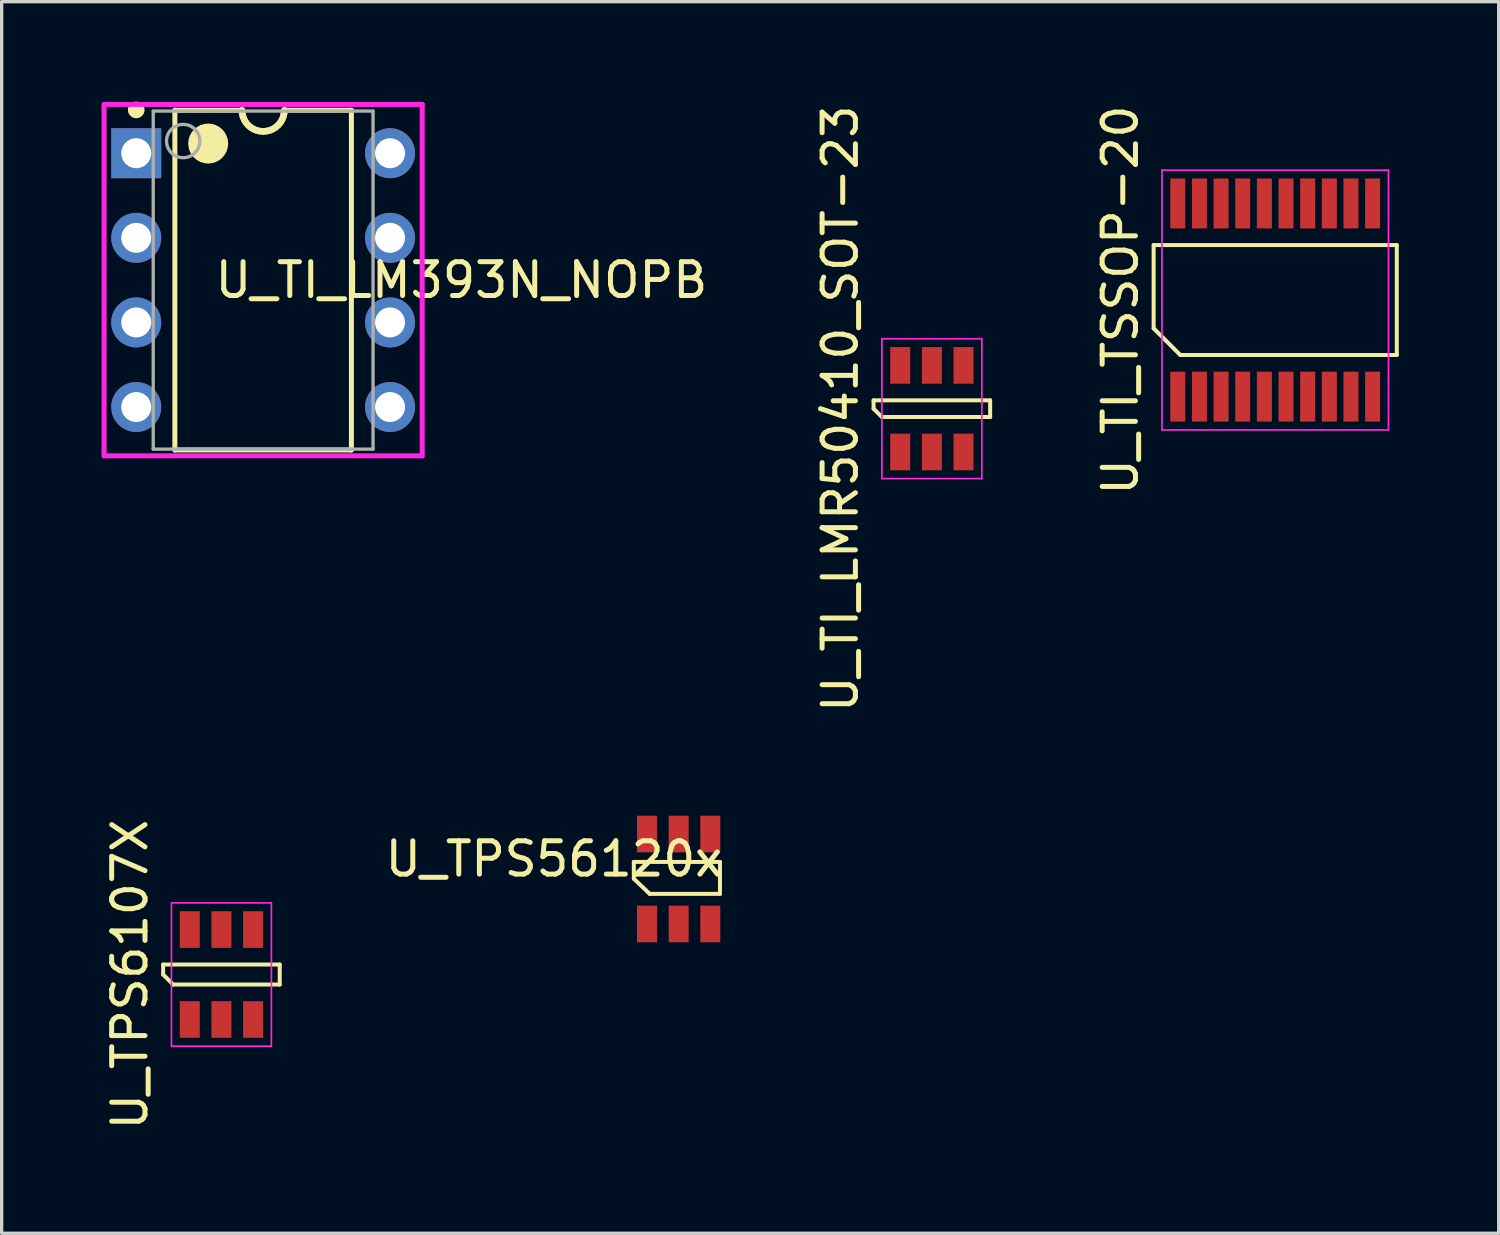
<source format=kicad_pcb>
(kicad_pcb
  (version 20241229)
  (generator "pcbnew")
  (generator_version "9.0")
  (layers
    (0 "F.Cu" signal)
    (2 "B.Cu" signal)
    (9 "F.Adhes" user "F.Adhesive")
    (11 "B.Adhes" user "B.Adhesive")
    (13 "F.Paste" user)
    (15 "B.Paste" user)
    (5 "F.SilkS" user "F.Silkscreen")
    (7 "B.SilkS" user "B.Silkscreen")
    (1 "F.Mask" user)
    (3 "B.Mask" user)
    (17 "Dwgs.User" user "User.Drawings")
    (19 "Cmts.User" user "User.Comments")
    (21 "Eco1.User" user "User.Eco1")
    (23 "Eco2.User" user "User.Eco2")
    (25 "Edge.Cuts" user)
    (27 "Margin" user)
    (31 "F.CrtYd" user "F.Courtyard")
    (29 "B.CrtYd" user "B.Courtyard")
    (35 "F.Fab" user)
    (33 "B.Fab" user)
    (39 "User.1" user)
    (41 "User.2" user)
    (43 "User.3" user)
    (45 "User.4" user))
  (footprint "U_TI_LM393N_NOPB"
    (layer "F.Cu")
    (at 4.85 5.36)
    (property "Reference" "U_TI_LM393N_NOPB" (at -1.524 0 0) (layer "F.SilkS") (effects (font (size 1.016 1.016) (thickness 0.15)) (justify left)))
    (attr through_hole)
    (fp_line (start -2.65 -5.1) (end -0.635 -5.1) (stroke (width 0.15) (type solid)) (layer "F.SilkS"))
    (fp_line (start -2.65 5.1) (end -2.65 -5.1) (stroke (width 0.15) (type solid)) (layer "F.SilkS"))
    (fp_line (start -2.65 5.1) (end 2.65 5.1) (stroke (width 0.15) (type solid)) (layer "F.SilkS"))
    (fp_line (start -0.635 -5.1) (end -0.627 -5.001) (stroke (width 0.2) (type solid)) (layer "F.SilkS"))
    (fp_line (start -0.627 -5.001) (end -0.604 -4.904) (stroke (width 0.2) (type solid)) (layer "F.SilkS"))
    (fp_line (start -0.604 -4.904) (end -0.566 -4.812) (stroke (width 0.2) (type solid)) (layer "F.SilkS"))
    (fp_line (start -0.566 -4.812) (end -0.514 -4.727) (stroke (width 0.2) (type solid)) (layer "F.SilkS"))
    (fp_line (start -0.514 -4.727) (end -0.449 -4.651) (stroke (width 0.2) (type solid)) (layer "F.SilkS"))
    (fp_line (start -0.449 -4.651) (end -0.373 -4.586) (stroke (width 0.2) (type solid)) (layer "F.SilkS"))
    (fp_line (start -0.373 -4.586) (end -0.288 -4.534) (stroke (width 0.2) (type solid)) (layer "F.SilkS"))
    (fp_line (start -0.288 -4.534) (end -0.196 -4.496) (stroke (width 0.2) (type solid)) (layer "F.SilkS"))
    (fp_line (start -0.196 -4.496) (end -0.099 -4.473) (stroke (width 0.2) (type solid)) (layer "F.SilkS"))
    (fp_line (start -0.099 -4.473) (end 0 -4.465) (stroke (width 0.2) (type solid)) (layer "F.SilkS"))
    (fp_line (start 0 -4.465) (end 0.099 -4.473) (stroke (width 0.2) (type solid)) (layer "F.SilkS"))
    (fp_line (start 0.099 -4.473) (end 0.196 -4.496) (stroke (width 0.2) (type solid)) (layer "F.SilkS"))
    (fp_line (start 0.196 -4.496) (end 0.288 -4.534) (stroke (width 0.2) (type solid)) (layer "F.SilkS"))
    (fp_line (start 0.288 -4.534) (end 0.373 -4.586) (stroke (width 0.2) (type solid)) (layer "F.SilkS"))
    (fp_line (start 0.373 -4.586) (end 0.449 -4.651) (stroke (width 0.2) (type solid)) (layer "F.SilkS"))
    (fp_line (start 0.449 -4.651) (end 0.514 -4.727) (stroke (width 0.2) (type solid)) (layer "F.SilkS"))
    (fp_line (start 0.514 -4.727) (end 0.566 -4.812) (stroke (width 0.2) (type solid)) (layer "F.SilkS"))
    (fp_line (start 0.566 -4.812) (end 0.604 -4.904) (stroke (width 0.2) (type solid)) (layer "F.SilkS"))
    (fp_line (start 0.604 -4.904) (end 0.627 -5.001) (stroke (width 0.2) (type solid)) (layer "F.SilkS"))
    (fp_line (start 0.627 -5.001) (end 0.635 -5.1) (stroke (width 0.2) (type solid)) (layer "F.SilkS"))
    (fp_line (start 0.635 -5.1) (end 2.65 -5.1) (stroke (width 0.15) (type solid)) (layer "F.SilkS"))
    (fp_line (start 2.65 5.1) (end 2.65 -5.1) (stroke (width 0.15) (type solid)) (layer "F.SilkS"))
    (fp_circle (center -3.81 -5.11) (end -3.685 -5.11) (stroke (width 0.25) (type solid)) (fill no) (layer "F.SilkS"))
    (fp_circle (center -1.65 -4.1) (end -1.35 -4.1) (stroke (width 0.6) (type solid)) (fill no) (layer "F.SilkS"))
    (fp_line (start -4.775 -5.275) (end -4.775 5.275) (stroke (width 0.15) (type solid)) (layer "F.CrtYd"))
    (fp_line (start -4.775 5.275) (end 4.775 5.275) (stroke (width 0.15) (type solid)) (layer "F.CrtYd"))
    (fp_line (start 4.775 -5.275) (end -4.775 -5.275) (stroke (width 0.15) (type solid)) (layer "F.CrtYd"))
    (fp_line (start 4.775 -5.275) (end 4.775 -5.275) (stroke (width 0.15) (type solid)) (layer "F.CrtYd"))
    (fp_line (start 4.775 5.275) (end 4.775 -5.275) (stroke (width 0.15) (type solid)) (layer "F.CrtYd"))
    (fp_line (start -3.3 -5.075) (end 3.3 -5.075) (stroke (width 0.1) (type solid)) (layer "F.Fab"))
    (fp_line (start -3.3 5.075) (end -3.3 -5.075) (stroke (width 0.1) (type solid)) (layer "F.Fab"))
    (fp_line (start -3.3 5.075) (end 3.3 5.075) (stroke (width 0.1) (type solid)) (layer "F.Fab"))
    (fp_line (start 3.3 5.075) (end 3.3 -5.075) (stroke (width 0.1) (type solid)) (layer "F.Fab"))
    (fp_circle (center -2.4 -4.175) (end -1.9 -4.175) (stroke (width 0.1) (type solid)) (fill no) (layer "F.Fab"))
    (pad "1" thru_hole rect (at -3.81 -3.81) (size 1.5 1.5) (drill 0.9) (layers "*.Cu"))
    (pad "2" thru_hole circle (at -3.81 -1.27) (size 1.5 1.5) (drill 0.9) (layers "*.Cu"))
    (pad "3" thru_hole circle (at -3.81 1.27) (size 1.5 1.5) (drill 0.9) (layers "*.Cu"))
    (pad "4" thru_hole circle (at -3.81 3.81) (size 1.5 1.5) (drill 0.9) (layers "*.Cu"))
    (pad "5" thru_hole circle (at 3.81 3.81) (size 1.5 1.5) (drill 0.9) (layers "*.Cu"))
    (pad "6" thru_hole circle (at 3.81 1.27) (size 1.5 1.5) (drill 0.9) (layers "*.Cu"))
    (pad "7" thru_hole circle (at 3.81 -1.27) (size 1.5 1.5) (drill 0.9) (layers "*.Cu"))
    (pad "8" thru_hole circle (at 3.81 -3.81) (size 1.5 1.5) (drill 0.9) (layers "*.Cu")))
  (footprint "U_TPS56120x"
    (layer "F.Cu")
    (at 17.325 23.34)
    (property "Reference" "U_TPS56120x" (at -3.744 -0.602 0) (layer "F.SilkS") (effects (font (size 1 1) (thickness 0.15))))
    (attr through_hole)
    (fp_line (start -1.346 -0.513) (end 1.24 -0.513) (stroke (width 0.12) (type solid)) (layer "F.SilkS"))
    (fp_line (start -1.346 -0.008) (end -1.346 -0.513) (stroke (width 0.12) (type solid)) (layer "F.SilkS"))
    (fp_line (start -0.869 0.446) (end -1.346 -0.008) (stroke (width 0.12) (type solid)) (layer "F.SilkS"))
    (fp_line (start 1.24 -0.513) (end 1.24 0.447) (stroke (width 0.12) (type solid)) (layer "F.SilkS"))
    (fp_line (start 1.24 0.447) (end -0.869 0.446) (stroke (width 0.12) (type solid)) (layer "F.SilkS"))
    (pad "1" smd rect (at -0.95 1.35) (size 0.6 1.1) (layers "F.Cu" "F.Mask" "F.Paste"))
    (pad "2" smd rect (at 0 1.35) (size 0.6 1.1) (layers "F.Cu" "F.Mask" "F.Paste"))
    (pad "3" smd rect (at 0.95 1.35) (size 0.6 1.1) (layers "F.Cu" "F.Mask" "F.Paste"))
    (pad "4" smd rect (at 0.95 -1.35) (size 0.6 1.1) (layers "F.Cu" "F.Mask" "F.Paste"))
    (pad "5" smd rect (at 0 -1.35) (size 0.6 1.1) (layers "F.Cu" "F.Mask" "F.Paste"))
    (pad "6" smd rect (at -0.95 -1.35) (size 0.6 1.1) (layers "F.Cu" "F.Mask" "F.Paste")))
  (footprint "U_TPS6107X"
    (layer "F.Cu")
    (at 3.598 26.208)
    (property "Reference" "U_TPS6107X" (at -2.75 0 90) (layer "F.SilkS") (effects (font (size 1 1) (thickness 0.15))))
    (attr smd)
    (fp_line (start -1.75 -0.3) (end 1.75 -0.3) (stroke (width 0.12) (type solid)) (layer "F.SilkS"))
    (fp_line (start -1.75 0) (end -1.75 -0.3) (stroke (width 0.12) (type solid)) (layer "F.SilkS"))
    (fp_line (start -1.45 0.3) (end -1.75 0) (stroke (width 0.12) (type solid)) (layer "F.SilkS"))
    (fp_line (start 1.75 -0.3) (end 1.75 0.3) (stroke (width 0.12) (type solid)) (layer "F.SilkS"))
    (fp_line (start 1.75 0.3) (end -1.45 0.3) (stroke (width 0.12) (type solid)) (layer "F.SilkS"))
    (fp_line (start -1.5 -2.15) (end 1.5 -2.15) (stroke (width 0.05) (type solid)) (layer "F.CrtYd"))
    (fp_line (start -1.5 2.15) (end -1.5 -2.15) (stroke (width 0.05) (type solid)) (layer "F.CrtYd"))
    (fp_line (start 1.5 -2.15) (end 1.5 2.15) (stroke (width 0.05) (type solid)) (layer "F.CrtYd"))
    (fp_line (start 1.5 2.15) (end -1.5 2.15) (stroke (width 0.05) (type solid)) (layer "F.CrtYd"))
    (pad "1" smd rect (at -0.95 1.35) (size 0.6 1.1) (layers "F.Cu" "F.Mask" "F.Paste"))
    (pad "2" smd rect (at 0 1.35) (size 0.6 1.1) (layers "F.Cu" "F.Mask" "F.Paste"))
    (pad "3" smd rect (at 0.95 1.35) (size 0.6 1.1) (layers "F.Cu" "F.Mask" "F.Paste"))
    (pad "4" smd rect (at 0.95 -1.35) (size 0.6 1.1) (layers "F.Cu" "F.Mask" "F.Paste"))
    (pad "5" smd rect (at 0 -1.35) (size 0.6 1.1) (layers "F.Cu" "F.Mask" "F.Paste"))
    (pad "6" smd rect (at -0.95 -1.35) (size 0.6 1.1) (layers "F.Cu" "F.Mask" "F.Paste")))
  (footprint "U_TI_TSSOP-20"
    (layer "F.Cu")
    (at 35.235 5.958)
    (property "Reference" "U_TI_TSSOP-20" (at -4.65 0 90) (layer "F.SilkS") (effects (font (size 1 1) (thickness 0.15))))
    (attr through_hole)
    (fp_line (start -3.65 -1.65) (end 3.65 -1.65) (stroke (width 0.12) (type default)) (layer "F.SilkS"))
    (fp_line (start -3.65 0.85) (end -3.65 -1.65) (stroke (width 0.12) (type default)) (layer "F.SilkS"))
    (fp_line (start -2.85 1.65) (end -3.65 0.85) (stroke (width 0.12) (type default)) (layer "F.SilkS"))
    (fp_line (start 3.65 -1.65) (end 3.65 1.65) (stroke (width 0.12) (type default)) (layer "F.SilkS"))
    (fp_line (start 3.65 1.65) (end -2.85 1.65) (stroke (width 0.12) (type default)) (layer "F.SilkS"))
    (fp_line (start -3.4 -3.9) (end 3.4 -3.9) (stroke (width 0.05) (type default)) (layer "F.CrtYd"))
    (fp_line (start -3.4 3.9) (end -3.4 -3.9) (stroke (width 0.05) (type default)) (layer "F.CrtYd"))
    (fp_line (start 3.4 -3.9) (end 3.4 3.9) (stroke (width 0.05) (type default)) (layer "F.CrtYd"))
    (fp_line (start 3.4 3.9) (end -3.4 3.9) (stroke (width 0.05) (type default)) (layer "F.CrtYd"))
    (pad "1" smd rect (at -2.925 2.9) (size 0.45 1.5) (layers "F.Cu" "F.Mask" "F.Paste"))
    (pad "2" smd rect (at -2.275 2.9) (size 0.45 1.5) (layers "F.Cu" "F.Mask" "F.Paste"))
    (pad "3" smd rect (at -1.625 2.9) (size 0.45 1.5) (layers "F.Cu" "F.Mask" "F.Paste"))
    (pad "4" smd rect (at -0.975 2.9) (size 0.45 1.5) (layers "F.Cu" "F.Mask" "F.Paste"))
    (pad "5" smd rect (at -0.325 2.9) (size 0.45 1.5) (layers "F.Cu" "F.Mask" "F.Paste"))
    (pad "6" smd rect (at 0.325 2.9) (size 0.45 1.5) (layers "F.Cu" "F.Mask" "F.Paste"))
    (pad "7" smd rect (at 0.975 2.9) (size 0.45 1.5) (layers "F.Cu" "F.Mask" "F.Paste"))
    (pad "8" smd rect (at 1.625 2.9) (size 0.45 1.5) (layers "F.Cu" "F.Mask" "F.Paste"))
    (pad "9" smd rect (at 2.275 2.9) (size 0.45 1.5) (layers "F.Cu" "F.Mask" "F.Paste"))
    (pad "10" smd rect (at 2.925 2.9) (size 0.45 1.5) (layers "F.Cu" "F.Mask" "F.Paste"))
    (pad "11" smd rect (at 2.925 -2.9) (size 0.45 1.5) (layers "F.Cu" "F.Mask" "F.Paste"))
    (pad "12" smd rect (at 2.275 -2.9) (size 0.45 1.5) (layers "F.Cu" "F.Mask" "F.Paste"))
    (pad "13" smd rect (at 1.625 -2.9) (size 0.45 1.5) (layers "F.Cu" "F.Mask" "F.Paste"))
    (pad "14" smd rect (at 0.975 -2.9) (size 0.45 1.5) (layers "F.Cu" "F.Mask" "F.Paste"))
    (pad "15" smd rect (at 0.325 -2.9) (size 0.45 1.5) (layers "F.Cu" "F.Mask" "F.Paste"))
    (pad "16" smd rect (at -0.325 -2.9) (size 0.45 1.5) (layers "F.Cu" "F.Mask" "F.Paste"))
    (pad "17" smd rect (at -0.975 -2.9) (size 0.45 1.5) (layers "F.Cu" "F.Mask" "F.Paste"))
    (pad "18" smd rect (at -1.625 -2.9) (size 0.45 1.5) (layers "F.Cu" "F.Mask" "F.Paste"))
    (pad "19" smd rect (at -2.275 -2.9) (size 0.45 1.5) (layers "F.Cu" "F.Mask" "F.Paste"))
    (pad "20" smd rect (at -2.925 -2.9) (size 0.45 1.5) (layers "F.Cu" "F.Mask" "F.Paste")))
  (footprint "U_TI_LMR50410_SOT-23"
    (layer "F.Cu")
    (at 24.927 9.22)
    (property "Reference" "U_TI_LMR50410_SOT-23" (at -2.75 0 90) (layer "F.SilkS") (effects (font (size 1 1) (thickness 0.15))))
    (attr smd)
    (fp_line (start -1.75 -0.25) (end 1.75 -0.25) (stroke (width 0.12) (type solid)) (layer "F.SilkS"))
    (fp_line (start -1.75 0) (end -1.75 -0.25) (stroke (width 0.12) (type solid)) (layer "F.SilkS"))
    (fp_line (start -1.5 0.25) (end -1.75 0) (stroke (width 0.12) (type solid)) (layer "F.SilkS"))
    (fp_line (start 1.75 -0.25) (end 1.75 0.25) (stroke (width 0.12) (type solid)) (layer "F.SilkS"))
    (fp_line (start 1.75 0.25) (end -1.5 0.25) (stroke (width 0.12) (type solid)) (layer "F.SilkS"))
    (fp_line (start -1.5 -2.1) (end 1.5 -2.1) (stroke (width 0.05) (type solid)) (layer "F.CrtYd"))
    (fp_line (start -1.5 2.1) (end -1.5 -2.1) (stroke (width 0.05) (type solid)) (layer "F.CrtYd"))
    (fp_line (start 1.5 -2.1) (end 1.5 2.1) (stroke (width 0.05) (type solid)) (layer "F.CrtYd"))
    (fp_line (start 1.5 2.1) (end -1.5 2.1) (stroke (width 0.05) (type solid)) (layer "F.CrtYd"))
    (pad "1" smd rect (at -0.95 1.3) (size 0.6 1.1) (layers "F.Cu" "F.Mask" "F.Paste"))
    (pad "2" smd rect (at 0 1.3) (size 0.6 1.1) (layers "F.Cu" "F.Mask" "F.Paste"))
    (pad "3" smd rect (at 0.95 1.3) (size 0.6 1.1) (layers "F.Cu" "F.Mask" "F.Paste"))
    (pad "4" smd rect (at 0.95 -1.3) (size 0.6 1.1) (layers "F.Cu" "F.Mask" "F.Paste"))
    (pad "5" smd rect (at 0 -1.3) (size 0.6 1.1) (layers "F.Cu" "F.Mask" "F.Paste"))
    (pad "6" smd rect (at -0.95 -1.3) (size 0.6 1.1) (layers "F.Cu" "F.Mask" "F.Paste")))
  (gr_rect
    (start -3 -3)
    (end 41.945 33.976)
    (stroke (width 0.1) (type default))
    (fill no)
    (layer "Edge.Cuts")))
</source>
